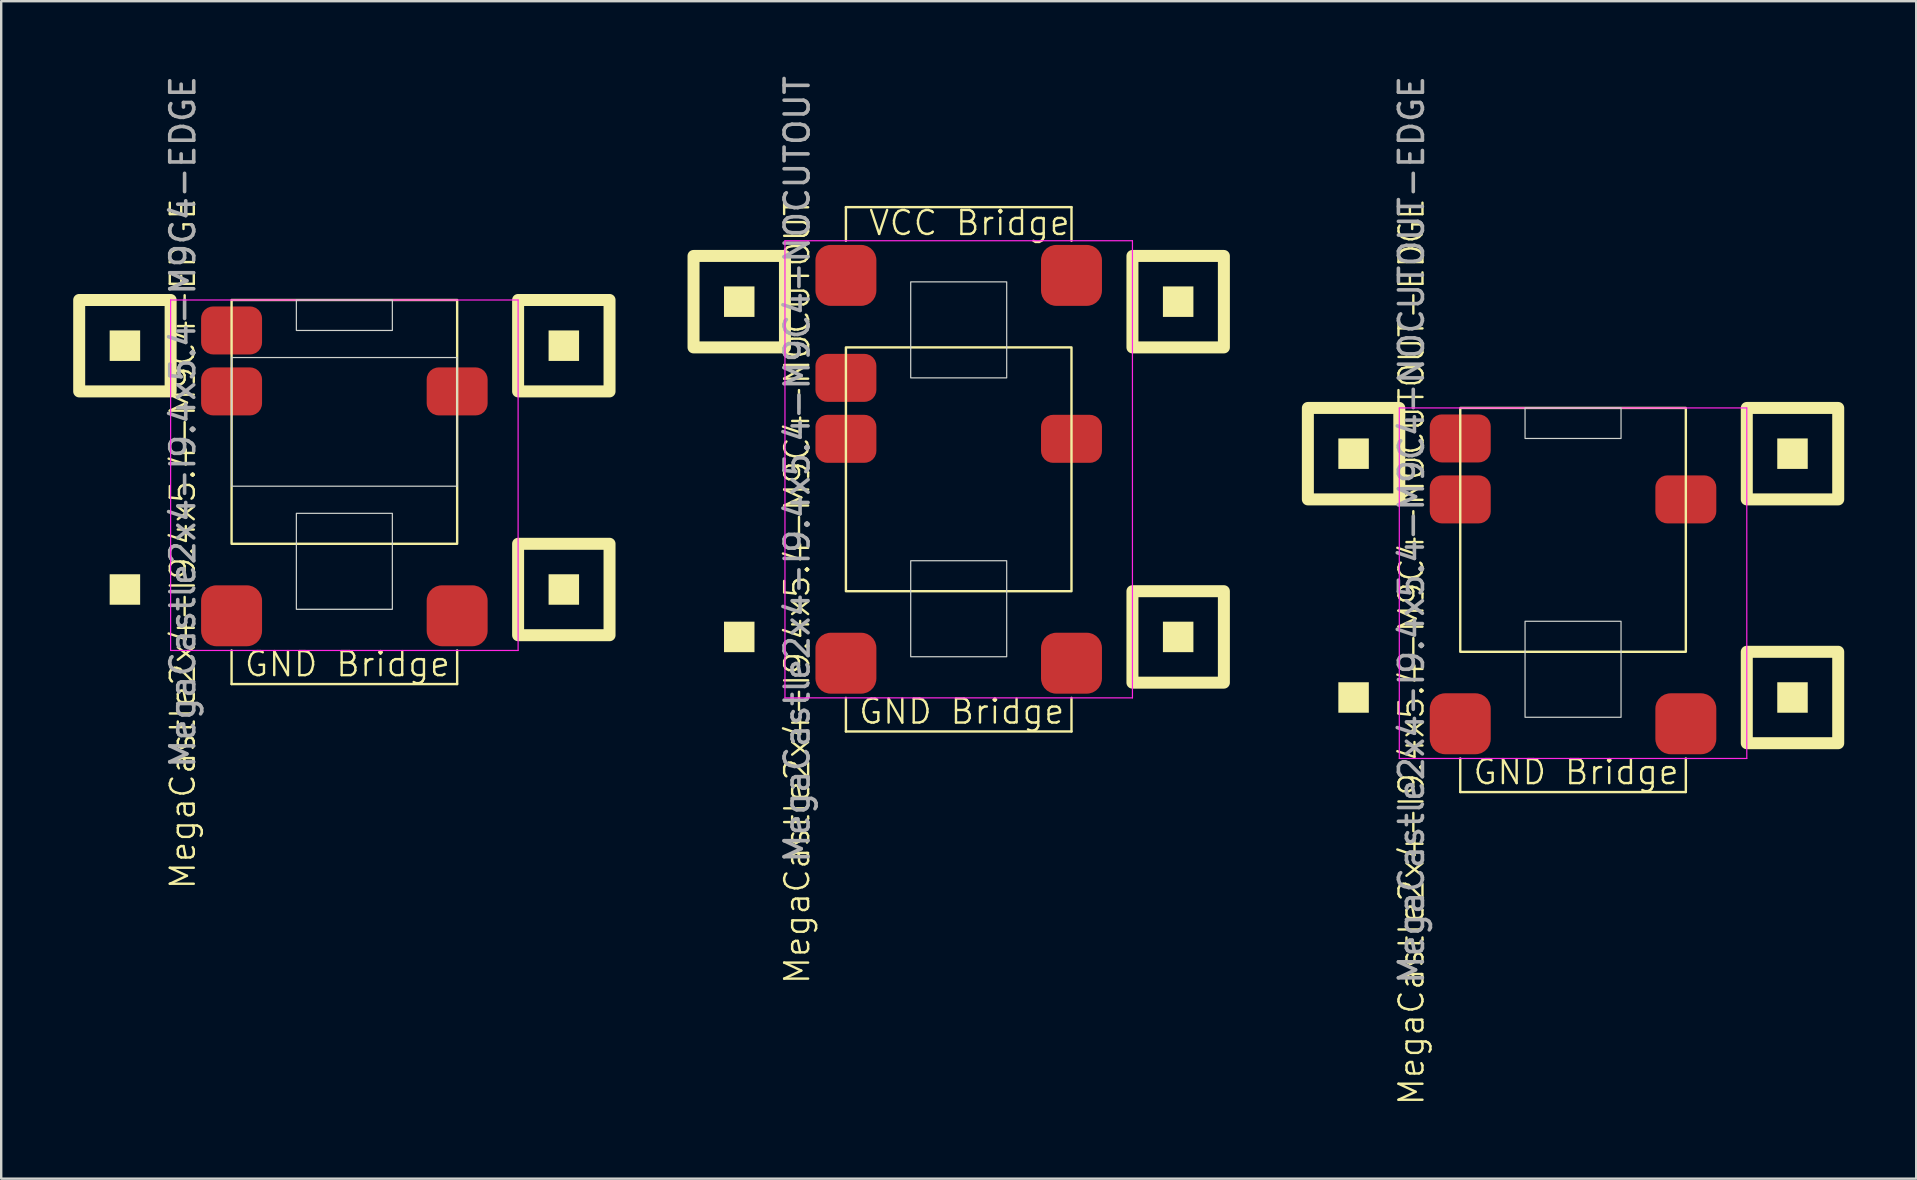
<source format=kicad_pcb>
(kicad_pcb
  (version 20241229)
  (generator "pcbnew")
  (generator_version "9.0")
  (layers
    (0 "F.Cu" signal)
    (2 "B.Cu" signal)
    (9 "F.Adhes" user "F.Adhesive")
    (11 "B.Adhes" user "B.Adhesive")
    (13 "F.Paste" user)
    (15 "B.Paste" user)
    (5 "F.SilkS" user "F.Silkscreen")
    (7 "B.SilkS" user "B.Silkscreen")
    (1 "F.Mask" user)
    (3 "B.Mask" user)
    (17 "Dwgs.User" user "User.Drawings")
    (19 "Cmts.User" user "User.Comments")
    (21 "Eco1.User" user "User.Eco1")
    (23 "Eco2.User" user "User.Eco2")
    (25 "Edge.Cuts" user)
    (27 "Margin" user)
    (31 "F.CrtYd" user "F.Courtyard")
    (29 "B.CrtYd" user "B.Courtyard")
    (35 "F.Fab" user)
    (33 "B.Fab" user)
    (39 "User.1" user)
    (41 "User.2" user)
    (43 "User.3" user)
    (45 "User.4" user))
  (footprint "MegaCastle2x4-I9.4x5.4-M9C4-EDGE"
    (layer "F.Cu")
    (at 11.3 14.53)
    (property "Reference" "MegaCastle2x4-I9.4x5.4-M9C4-EDGE" (at -6.732 5.08 90) (unlocked yes) (layer "F.SilkS") (effects (font (size 1 1) (thickness 0.1))))
    (attr smd)
    (fp_line (start -4.7 9.525) (end -4.7 10.925) (stroke (width 0.1) (type default)) (layer "F.SilkS"))
    (fp_line (start -4.7 10.925) (end 4.7 10.925) (stroke (width 0.1) (type default)) (layer "F.SilkS"))
    (fp_line (start 4.7 9.525) (end 4.7 10.925) (stroke (width 0.1) (type default)) (layer "F.SilkS"))
    (fp_rect (start -8.51 -2.54) (end -9.78 -3.81) (stroke (width 0) (type solid)) (fill yes) (layer "F.SilkS"))
    (fp_rect (start -8.51 7.62) (end -9.78 6.35) (stroke (width 0) (type solid)) (fill yes) (layer "F.SilkS"))
    (fp_rect (start -7.24 -1.27) (end -11.05 -5.08) (stroke (width 0.5) (type default)) (fill no) (layer "F.SilkS"))
    (fp_rect (start -4.7 -5.08) (end 4.7 5.08) (stroke (width 0.1) (type default)) (fill no) (layer "F.SilkS"))
    (fp_rect (start 9.78 -2.54) (end 8.51 -3.81) (stroke (width 0) (type solid)) (fill yes) (layer "F.SilkS"))
    (fp_rect (start 9.78 7.62) (end 8.51 6.35) (stroke (width 0) (type solid)) (fill yes) (layer "F.SilkS"))
    (fp_rect (start 11.05 -1.27) (end 7.24 -5.08) (stroke (width 0.5) (type default)) (fill no) (layer "F.SilkS"))
    (fp_rect (start 11.05 8.89) (end 7.24 5.08) (stroke (width 0.5) (type default)) (fill no) (layer "F.SilkS"))
    (fp_rect (start -4.7 -2.68) (end 4.7 2.68) (stroke (width 0.05) (type default)) (fill no) (layer "Edge.Cuts"))
    (fp_rect (start -2 -3.81) (end 2 -5.08) (stroke (width 0.05) (type default)) (fill no) (layer "Edge.Cuts"))
    (fp_rect (start -2 3.81) (end 2 7.81) (stroke (width 0.05) (type default)) (fill no) (layer "Edge.Cuts"))
    (fp_line (start -7.24 -5.08) (end -7.24 9.525) (stroke (width 0.05) (type default)) (layer "F.CrtYd"))
    (fp_line (start -7.24 9.525) (end 7.24 9.525) (stroke (width 0.05) (type default)) (layer "F.CrtYd"))
    (fp_line (start 7.24 -5.08) (end -7.24 -5.08) (stroke (width 0.05) (type default)) (layer "F.CrtYd"))
    (fp_line (start 7.24 -5.08) (end 7.24 9.525) (stroke (width 0.05) (type default)) (layer "F.CrtYd"))
    (fp_text user "GND Bridge" (at -4.226 10.68 0) (unlocked yes) (layer "F.SilkS") (effects (font (size 1 1) (thickness 0.1)) (justify left bottom)))
    (fp_text user "${REFERENCE}" (at -6.732 0 90) (unlocked yes) (layer "F.Fab") (effects (font (size 1 1) (thickness 0.15))))
    (pad "1" smd roundrect (at -4.7 -3.81) (size 2.54 2) (layers "F.Cu" "F.Mask" "F.Paste") (roundrect_rratio 0.25))
    (pad "2" smd roundrect (at -4.7 -1.27) (size 2.54 2) (layers "F.Cu" "F.Mask" "F.Paste") (roundrect_rratio 0.25))
    (pad "6" smd roundrect (at 4.7 -1.27) (size 2.54 2) (layers "F.Cu" "F.Mask" "F.Paste") (roundrect_rratio 0.25))
    (pad "B1" smd roundrect (at -4.7 8.08) (size 2.54 2.54) (layers "F.Cu" "F.Mask" "F.Paste") (roundrect_rratio 0.25))
    (pad "B2" smd roundrect (at 4.7 8.08) (size 2.54 2.54) (layers "F.Cu" "F.Mask" "F.Paste") (roundrect_rratio 0.25)))
  (footprint "MegaCastle2x4-I9.4x5.4-M9C4-NOCUTOUT"
    (layer "F.Cu")
    (at 36.9 16.506)
    (property "Reference" "MegaCastle2x4-I9.4x5.4-M9C4-NOCUTOUT" (at -6.732 5.08 90) (unlocked yes) (layer "F.SilkS") (effects (font (size 1 1) (thickness 0.1))))
    (attr smd)
    (fp_line (start -4.7 -10.925) (end 4.7 -10.925) (stroke (width 0.1) (type default)) (layer "F.SilkS"))
    (fp_line (start -4.7 -9.525) (end -4.7 -10.925) (stroke (width 0.1) (type default)) (layer "F.SilkS"))
    (fp_line (start -4.7 9.525) (end -4.7 10.925) (stroke (width 0.1) (type default)) (layer "F.SilkS"))
    (fp_line (start -4.7 10.925) (end 4.7 10.925) (stroke (width 0.1) (type default)) (layer "F.SilkS"))
    (fp_line (start 4.7 -9.525) (end 4.7 -10.925) (stroke (width 0.1) (type default)) (layer "F.SilkS"))
    (fp_line (start 4.7 9.525) (end 4.7 10.925) (stroke (width 0.1) (type default)) (layer "F.SilkS"))
    (fp_rect (start -8.51 -6.35) (end -9.78 -7.62) (stroke (width 0) (type solid)) (fill yes) (layer "F.SilkS"))
    (fp_rect (start -8.51 7.62) (end -9.78 6.35) (stroke (width 0) (type solid)) (fill yes) (layer "F.SilkS"))
    (fp_rect (start -7.24 -5.08) (end -11.05 -8.89) (stroke (width 0.5) (type default)) (fill no) (layer "F.SilkS"))
    (fp_rect (start -4.7 -5.08) (end 4.7 5.08) (stroke (width 0.1) (type default)) (fill no) (layer "F.SilkS"))
    (fp_rect (start 9.78 -6.35) (end 8.51 -7.62) (stroke (width 0) (type solid)) (fill yes) (layer "F.SilkS"))
    (fp_rect (start 9.78 7.62) (end 8.51 6.35) (stroke (width 0) (type solid)) (fill yes) (layer "F.SilkS"))
    (fp_rect (start 11.05 -5.08) (end 7.24 -8.89) (stroke (width 0.5) (type default)) (fill no) (layer "F.SilkS"))
    (fp_rect (start 11.05 8.89) (end 7.24 5.08) (stroke (width 0.5) (type default)) (fill no) (layer "F.SilkS"))
    (fp_rect (start -2 -3.81) (end 2 -7.81) (stroke (width 0.05) (type default)) (fill no) (layer "Edge.Cuts"))
    (fp_rect (start -2 3.81) (end 2 7.81) (stroke (width 0.05) (type default)) (fill no) (layer "Edge.Cuts"))
    (fp_line (start -7.24 -9.525) (end -7.24 9.525) (stroke (width 0.05) (type default)) (layer "F.CrtYd"))
    (fp_line (start -7.24 9.525) (end 7.24 9.525) (stroke (width 0.05) (type default)) (layer "F.CrtYd"))
    (fp_line (start 7.24 -9.525) (end -7.24 -9.525) (stroke (width 0.05) (type default)) (layer "F.CrtYd"))
    (fp_line (start 7.24 -9.525) (end 7.24 9.525) (stroke (width 0.05) (type default)) (layer "F.CrtYd"))
    (fp_text user "VCC Bridge" (at -3.81 -9.68 0) (unlocked yes) (layer "F.SilkS") (effects (font (size 1 1) (thickness 0.1)) (justify left bottom)))
    (fp_text user "GND Bridge" (at -4.226 10.68 0) (unlocked yes) (layer "F.SilkS") (effects (font (size 1 1) (thickness 0.1)) (justify left bottom)))
    (fp_text user "${REFERENCE}" (at -6.732 0 90) (unlocked yes) (layer "F.Fab") (effects (font (size 1 1) (thickness 0.15))))
    (pad "1" smd roundrect (at -4.7 -3.81) (size 2.54 2) (layers "F.Cu" "F.Mask" "F.Paste") (roundrect_rratio 0.25))
    (pad "2" smd roundrect (at -4.7 -1.27) (size 2.54 2) (layers "F.Cu" "F.Mask" "F.Paste") (roundrect_rratio 0.25))
    (pad "6" smd roundrect (at 4.7 -1.27) (size 2.54 2) (layers "F.Cu" "F.Mask" "F.Paste") (roundrect_rratio 0.25))
    (pad "A1" smd roundrect (at -4.7 -8.08) (size 2.54 2.54) (layers "F.Cu" "F.Mask" "F.Paste") (roundrect_rratio 0.25))
    (pad "A2" smd roundrect (at 4.7 -8.08) (size 2.54 2.54) (layers "F.Cu" "F.Mask" "F.Paste") (roundrect_rratio 0.25))
    (pad "B1" smd roundrect (at -4.7 8.08) (size 2.54 2.54) (layers "F.Cu" "F.Mask" "F.Paste") (roundrect_rratio 0.25))
    (pad "B2" smd roundrect (at 4.7 8.08) (size 2.54 2.54) (layers "F.Cu" "F.Mask" "F.Paste") (roundrect_rratio 0.25)))
  (footprint "MegaCastle2x4-I9.4x5.4-M9C4-NOCUTOUT-EDGE"
    (layer "F.Cu")
    (at 62.5 19.03)
    (property "Reference" "MegaCastle2x4-I9.4x5.4-M9C4-NOCUTOUT-EDGE" (at -6.732 5.08 90) (unlocked yes) (layer "F.SilkS") (effects (font (size 1 1) (thickness 0.1))))
    (attr smd)
    (fp_line (start -4.7 9.525) (end -4.7 10.925) (stroke (width 0.1) (type default)) (layer "F.SilkS"))
    (fp_line (start -4.7 10.925) (end 4.7 10.925) (stroke (width 0.1) (type default)) (layer "F.SilkS"))
    (fp_line (start 4.7 9.525) (end 4.7 10.925) (stroke (width 0.1) (type default)) (layer "F.SilkS"))
    (fp_rect (start -8.51 -2.54) (end -9.78 -3.81) (stroke (width 0) (type solid)) (fill yes) (layer "F.SilkS"))
    (fp_rect (start -8.51 7.62) (end -9.78 6.35) (stroke (width 0) (type solid)) (fill yes) (layer "F.SilkS"))
    (fp_rect (start -7.24 -1.27) (end -11.05 -5.08) (stroke (width 0.5) (type default)) (fill no) (layer "F.SilkS"))
    (fp_rect (start -4.7 -5.08) (end 4.7 5.08) (stroke (width 0.1) (type default)) (fill no) (layer "F.SilkS"))
    (fp_rect (start 9.78 -2.54) (end 8.51 -3.81) (stroke (width 0) (type solid)) (fill yes) (layer "F.SilkS"))
    (fp_rect (start 9.78 7.62) (end 8.51 6.35) (stroke (width 0) (type solid)) (fill yes) (layer "F.SilkS"))
    (fp_rect (start 11.05 -1.27) (end 7.24 -5.08) (stroke (width 0.5) (type default)) (fill no) (layer "F.SilkS"))
    (fp_rect (start 11.05 8.89) (end 7.24 5.08) (stroke (width 0.5) (type default)) (fill no) (layer "F.SilkS"))
    (fp_rect (start -2 -3.81) (end 2 -5.08) (stroke (width 0.05) (type default)) (fill no) (layer "Edge.Cuts"))
    (fp_rect (start -2 3.81) (end 2 7.81) (stroke (width 0.05) (type default)) (fill no) (layer "Edge.Cuts"))
    (fp_line (start -7.24 -5.08) (end -7.24 9.525) (stroke (width 0.05) (type default)) (layer "F.CrtYd"))
    (fp_line (start -7.24 9.525) (end 7.24 9.525) (stroke (width 0.05) (type default)) (layer "F.CrtYd"))
    (fp_line (start 7.24 -5.08) (end -7.24 -5.08) (stroke (width 0.05) (type default)) (layer "F.CrtYd"))
    (fp_line (start 7.24 -5.08) (end 7.24 9.525) (stroke (width 0.05) (type default)) (layer "F.CrtYd"))
    (fp_text user "GND Bridge" (at -4.226 10.68 0) (unlocked yes) (layer "F.SilkS") (effects (font (size 1 1) (thickness 0.1)) (justify left bottom)))
    (fp_text user "${REFERENCE}" (at -6.732 0 90) (unlocked yes) (layer "F.Fab") (effects (font (size 1 1) (thickness 0.15))))
    (pad "1" smd roundrect (at -4.7 -3.81) (size 2.54 2) (layers "F.Cu" "F.Mask" "F.Paste") (roundrect_rratio 0.25))
    (pad "2" smd roundrect (at -4.7 -1.27) (size 2.54 2) (layers "F.Cu" "F.Mask" "F.Paste") (roundrect_rratio 0.25))
    (pad "6" smd roundrect (at 4.7 -1.27) (size 2.54 2) (layers "F.Cu" "F.Mask" "F.Paste") (roundrect_rratio 0.25))
    (pad "B1" smd roundrect (at -4.7 8.08) (size 2.54 2.54) (layers "F.Cu" "F.Mask" "F.Paste") (roundrect_rratio 0.25))
    (pad "B2" smd roundrect (at 4.7 8.08) (size 2.54 2.54) (layers "F.Cu" "F.Mask" "F.Paste") (roundrect_rratio 0.25)))
  (gr_rect
    (start -3 -3)
    (end 76.8 46.065)
    (stroke (width 0.1) (type default))
    (fill no)
    (layer "Edge.Cuts")))
</source>
